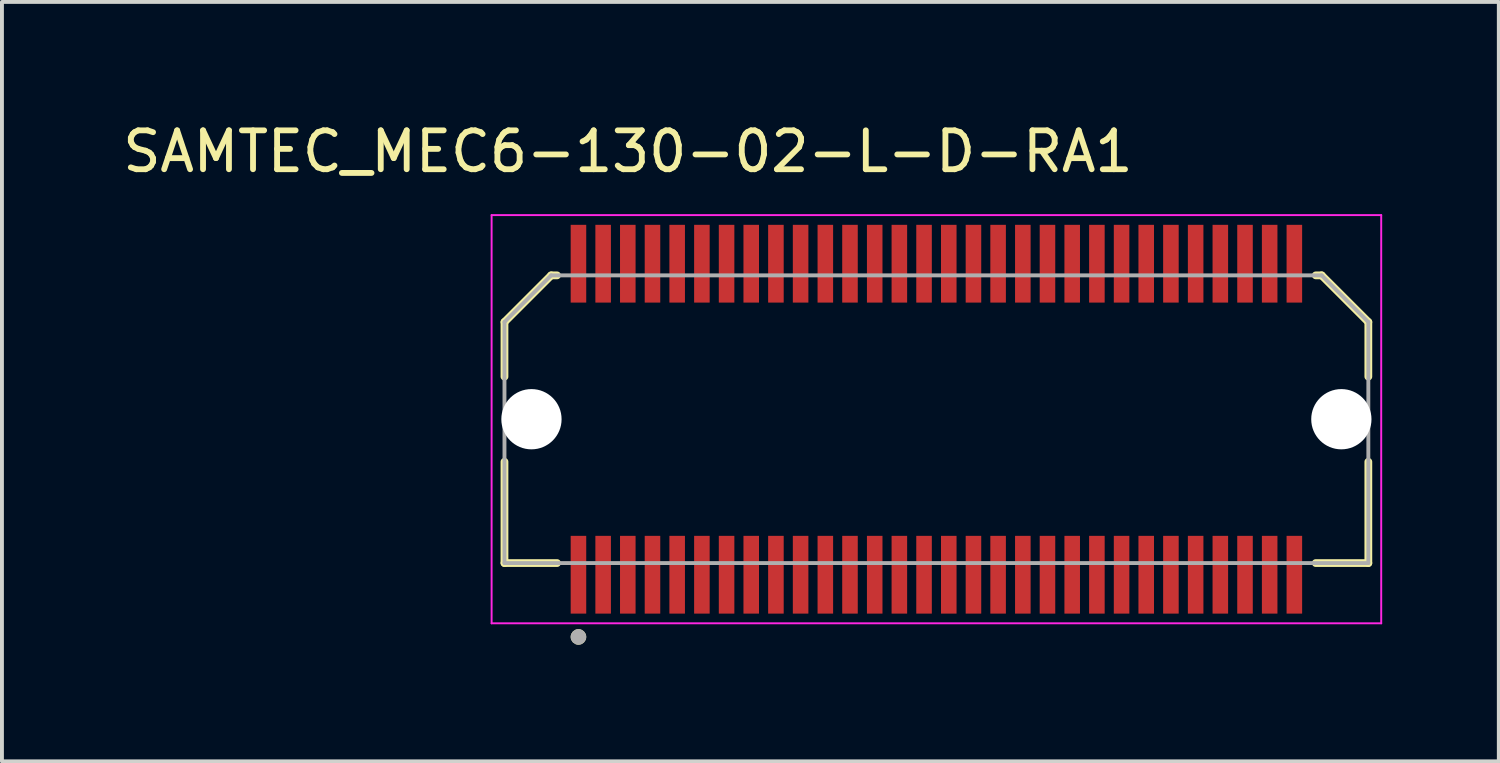
<source format=kicad_pcb>
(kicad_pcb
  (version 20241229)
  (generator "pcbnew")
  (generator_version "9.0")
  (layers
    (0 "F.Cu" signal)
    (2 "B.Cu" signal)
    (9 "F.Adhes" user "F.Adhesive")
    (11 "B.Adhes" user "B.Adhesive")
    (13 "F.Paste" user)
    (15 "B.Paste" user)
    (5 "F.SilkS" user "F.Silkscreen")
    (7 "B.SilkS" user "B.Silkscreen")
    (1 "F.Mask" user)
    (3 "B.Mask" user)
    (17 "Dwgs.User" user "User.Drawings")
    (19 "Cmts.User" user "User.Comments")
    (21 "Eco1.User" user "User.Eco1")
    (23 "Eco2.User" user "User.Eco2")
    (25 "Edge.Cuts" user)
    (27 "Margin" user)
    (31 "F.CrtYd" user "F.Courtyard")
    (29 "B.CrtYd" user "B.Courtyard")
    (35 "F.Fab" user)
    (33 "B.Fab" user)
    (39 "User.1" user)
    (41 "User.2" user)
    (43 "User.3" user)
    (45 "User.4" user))
  (footprint "SAMTEC_MEC6-130-02-L-D-RA1"
    (layer "F.Cu")
    (at 21.036 7.733)
    (property "Reference" "SAMTEC_MEC6-130-02-L-D-RA1" (at -7.935 -6.885 0) (layer "F.SilkS") (effects (font (size 1 1) (thickness 0.15))))
    (attr smd)
    (fp_line (start -11.11 -2.5) (end -9.91 -3.7) (stroke (width 0.2) (type solid)) (layer "F.SilkS"))
    (fp_line (start -11.11 -1.095) (end -11.11 -2.5) (stroke (width 0.2) (type solid)) (layer "F.SilkS"))
    (fp_line (start -11.11 3.7) (end -11.11 1.095) (stroke (width 0.2) (type solid)) (layer "F.SilkS"))
    (fp_line (start -9.91 -3.7) (end -9.758 -3.7) (stroke (width 0.2) (type solid)) (layer "F.SilkS"))
    (fp_line (start -9.758 3.7) (end -11.11 3.7) (stroke (width 0.2) (type solid)) (layer "F.SilkS"))
    (fp_line (start 9.758 -3.7) (end 9.91 -3.7) (stroke (width 0.2) (type solid)) (layer "F.SilkS"))
    (fp_line (start 9.91 -3.7) (end 11.11 -2.5) (stroke (width 0.2) (type solid)) (layer "F.SilkS"))
    (fp_line (start 11.11 -2.5) (end 11.11 -1.095) (stroke (width 0.2) (type solid)) (layer "F.SilkS"))
    (fp_line (start 11.11 1.095) (end 11.11 3.7) (stroke (width 0.2) (type solid)) (layer "F.SilkS"))
    (fp_line (start 11.11 3.7) (end 9.758 3.7) (stroke (width 0.2) (type solid)) (layer "F.SilkS"))
    (fp_circle (center -9.207 5.6) (end -9.107 5.6) (stroke (width 0.2) (type solid)) (fill no) (layer "F.SilkS"))
    (fp_line (start -11.441 -5.25) (end 11.441 -5.25) (stroke (width 0.05) (type solid)) (layer "F.CrtYd"))
    (fp_line (start -11.441 5.25) (end -11.441 -5.25) (stroke (width 0.05) (type solid)) (layer "F.CrtYd"))
    (fp_line (start 11.441 -5.25) (end 11.441 5.25) (stroke (width 0.05) (type solid)) (layer "F.CrtYd"))
    (fp_line (start 11.441 5.25) (end -11.441 5.25) (stroke (width 0.05) (type solid)) (layer "F.CrtYd"))
    (fp_line (start -11.11 -2.5) (end -9.91 -3.7) (stroke (width 0.1) (type solid)) (layer "F.Fab"))
    (fp_line (start -11.11 3.7) (end -11.11 -2.5) (stroke (width 0.1) (type solid)) (layer "F.Fab"))
    (fp_line (start -9.91 -3.7) (end 9.91 -3.7) (stroke (width 0.1) (type solid)) (layer "F.Fab"))
    (fp_line (start 9.91 -3.7) (end 11.11 -2.5) (stroke (width 0.1) (type solid)) (layer "F.Fab"))
    (fp_line (start 11.11 -2.5) (end 11.11 3.7) (stroke (width 0.1) (type solid)) (layer "F.Fab"))
    (fp_line (start 11.11 3.7) (end -11.11 3.7) (stroke (width 0.1) (type solid)) (layer "F.Fab"))
    (fp_circle (center -9.207 5.6) (end -9.107 5.6) (stroke (width 0.2) (type solid)) (fill no) (layer "F.Fab"))
    (pad "" np_thru_hole circle (at -10.416 0) (size 1.55 1.55) (drill 1.55) (layers "*.Cu" "*.Mask"))
    (pad "" np_thru_hole circle (at 10.416 0) (size 1.55 1.55) (drill 1.55) (layers "*.Cu" "*.Mask"))
    (pad "01" smd rect (at -9.207 4) (size 0.4 2) (layers "F.Cu" "F.Mask" "F.Paste"))
    (pad "02" smd rect (at -9.207 -4) (size 0.4 2) (layers "F.Cu" "F.Mask" "F.Paste"))
    (pad "03" smd rect (at -8.572 4) (size 0.4 2) (layers "F.Cu" "F.Mask" "F.Paste"))
    (pad "04" smd rect (at -8.572 -4) (size 0.4 2) (layers "F.Cu" "F.Mask" "F.Paste"))
    (pad "05" smd rect (at -7.938 4) (size 0.4 2) (layers "F.Cu" "F.Mask" "F.Paste"))
    (pad "06" smd rect (at -7.938 -4) (size 0.4 2) (layers "F.Cu" "F.Mask" "F.Paste"))
    (pad "07" smd rect (at -7.303 4) (size 0.4 2) (layers "F.Cu" "F.Mask" "F.Paste"))
    (pad "08" smd rect (at -7.303 -4) (size 0.4 2) (layers "F.Cu" "F.Mask" "F.Paste"))
    (pad "09" smd rect (at -6.668 4) (size 0.4 2) (layers "F.Cu" "F.Mask" "F.Paste"))
    (pad "10" smd rect (at -6.668 -4) (size 0.4 2) (layers "F.Cu" "F.Mask" "F.Paste"))
    (pad "11" smd rect (at -6.032 4) (size 0.4 2) (layers "F.Cu" "F.Mask" "F.Paste"))
    (pad "12" smd rect (at -6.032 -4) (size 0.4 2) (layers "F.Cu" "F.Mask" "F.Paste"))
    (pad "13" smd rect (at -5.397 4) (size 0.4 2) (layers "F.Cu" "F.Mask" "F.Paste"))
    (pad "14" smd rect (at -5.397 -4) (size 0.4 2) (layers "F.Cu" "F.Mask" "F.Paste"))
    (pad "15" smd rect (at -4.763 4) (size 0.4 2) (layers "F.Cu" "F.Mask" "F.Paste"))
    (pad "16" smd rect (at -4.763 -4) (size 0.4 2) (layers "F.Cu" "F.Mask" "F.Paste"))
    (pad "17" smd rect (at -4.128 4) (size 0.4 2) (layers "F.Cu" "F.Mask" "F.Paste"))
    (pad "18" smd rect (at -4.128 -4) (size 0.4 2) (layers "F.Cu" "F.Mask" "F.Paste"))
    (pad "19" smd rect (at -3.493 4) (size 0.4 2) (layers "F.Cu" "F.Mask" "F.Paste"))
    (pad "20" smd rect (at -3.493 -4) (size 0.4 2) (layers "F.Cu" "F.Mask" "F.Paste"))
    (pad "21" smd rect (at -2.857 4) (size 0.4 2) (layers "F.Cu" "F.Mask" "F.Paste"))
    (pad "22" smd rect (at -2.857 -4) (size 0.4 2) (layers "F.Cu" "F.Mask" "F.Paste"))
    (pad "23" smd rect (at -2.223 4) (size 0.4 2) (layers "F.Cu" "F.Mask" "F.Paste"))
    (pad "24" smd rect (at -2.223 -4) (size 0.4 2) (layers "F.Cu" "F.Mask" "F.Paste"))
    (pad "25" smd rect (at -1.587 4) (size 0.4 2) (layers "F.Cu" "F.Mask" "F.Paste"))
    (pad "26" smd rect (at -1.587 -4) (size 0.4 2) (layers "F.Cu" "F.Mask" "F.Paste"))
    (pad "27" smd rect (at -0.953 4) (size 0.4 2) (layers "F.Cu" "F.Mask" "F.Paste"))
    (pad "28" smd rect (at -0.953 -4) (size 0.4 2) (layers "F.Cu" "F.Mask" "F.Paste"))
    (pad "29" smd rect (at -0.318 4) (size 0.4 2) (layers "F.Cu" "F.Mask" "F.Paste"))
    (pad "30" smd rect (at -0.318 -4) (size 0.4 2) (layers "F.Cu" "F.Mask" "F.Paste"))
    (pad "31" smd rect (at 0.318 4) (size 0.4 2) (layers "F.Cu" "F.Mask" "F.Paste"))
    (pad "32" smd rect (at 0.318 -4) (size 0.4 2) (layers "F.Cu" "F.Mask" "F.Paste"))
    (pad "33" smd rect (at 0.953 4) (size 0.4 2) (layers "F.Cu" "F.Mask" "F.Paste"))
    (pad "34" smd rect (at 0.953 -4) (size 0.4 2) (layers "F.Cu" "F.Mask" "F.Paste"))
    (pad "35" smd rect (at 1.587 4) (size 0.4 2) (layers "F.Cu" "F.Mask" "F.Paste"))
    (pad "36" smd rect (at 1.587 -4) (size 0.4 2) (layers "F.Cu" "F.Mask" "F.Paste"))
    (pad "37" smd rect (at 2.223 4) (size 0.4 2) (layers "F.Cu" "F.Mask" "F.Paste"))
    (pad "38" smd rect (at 2.223 -4) (size 0.4 2) (layers "F.Cu" "F.Mask" "F.Paste"))
    (pad "39" smd rect (at 2.857 4) (size 0.4 2) (layers "F.Cu" "F.Mask" "F.Paste"))
    (pad "40" smd rect (at 2.857 -4) (size 0.4 2) (layers "F.Cu" "F.Mask" "F.Paste"))
    (pad "41" smd rect (at 3.493 4) (size 0.4 2) (layers "F.Cu" "F.Mask" "F.Paste"))
    (pad "42" smd rect (at 3.493 -4) (size 0.4 2) (layers "F.Cu" "F.Mask" "F.Paste"))
    (pad "43" smd rect (at 4.128 4) (size 0.4 2) (layers "F.Cu" "F.Mask" "F.Paste"))
    (pad "44" smd rect (at 4.128 -4) (size 0.4 2) (layers "F.Cu" "F.Mask" "F.Paste"))
    (pad "45" smd rect (at 4.763 4) (size 0.4 2) (layers "F.Cu" "F.Mask" "F.Paste"))
    (pad "46" smd rect (at 4.763 -4) (size 0.4 2) (layers "F.Cu" "F.Mask" "F.Paste"))
    (pad "47" smd rect (at 5.397 4) (size 0.4 2) (layers "F.Cu" "F.Mask" "F.Paste"))
    (pad "48" smd rect (at 5.397 -4) (size 0.4 2) (layers "F.Cu" "F.Mask" "F.Paste"))
    (pad "49" smd rect (at 6.032 4) (size 0.4 2) (layers "F.Cu" "F.Mask" "F.Paste"))
    (pad "50" smd rect (at 6.032 -4) (size 0.4 2) (layers "F.Cu" "F.Mask" "F.Paste"))
    (pad "51" smd rect (at 6.668 4) (size 0.4 2) (layers "F.Cu" "F.Mask" "F.Paste"))
    (pad "52" smd rect (at 6.668 -4) (size 0.4 2) (layers "F.Cu" "F.Mask" "F.Paste"))
    (pad "53" smd rect (at 7.303 4) (size 0.4 2) (layers "F.Cu" "F.Mask" "F.Paste"))
    (pad "54" smd rect (at 7.303 -4) (size 0.4 2) (layers "F.Cu" "F.Mask" "F.Paste"))
    (pad "55" smd rect (at 7.938 4) (size 0.4 2) (layers "F.Cu" "F.Mask" "F.Paste"))
    (pad "56" smd rect (at 7.938 -4) (size 0.4 2) (layers "F.Cu" "F.Mask" "F.Paste"))
    (pad "57" smd rect (at 8.572 4) (size 0.4 2) (layers "F.Cu" "F.Mask" "F.Paste"))
    (pad "58" smd rect (at 8.572 -4) (size 0.4 2) (layers "F.Cu" "F.Mask" "F.Paste"))
    (pad "59" smd rect (at 9.207 4) (size 0.4 2) (layers "F.Cu" "F.Mask" "F.Paste"))
    (pad "60" smd rect (at 9.207 -4) (size 0.4 2) (layers "F.Cu" "F.Mask" "F.Paste")))
  (gr_rect
    (start -3 -3)
    (end 35.502 16.533)
    (stroke (width 0.1) (type default))
    (fill no)
    (layer "Edge.Cuts")))
</source>
